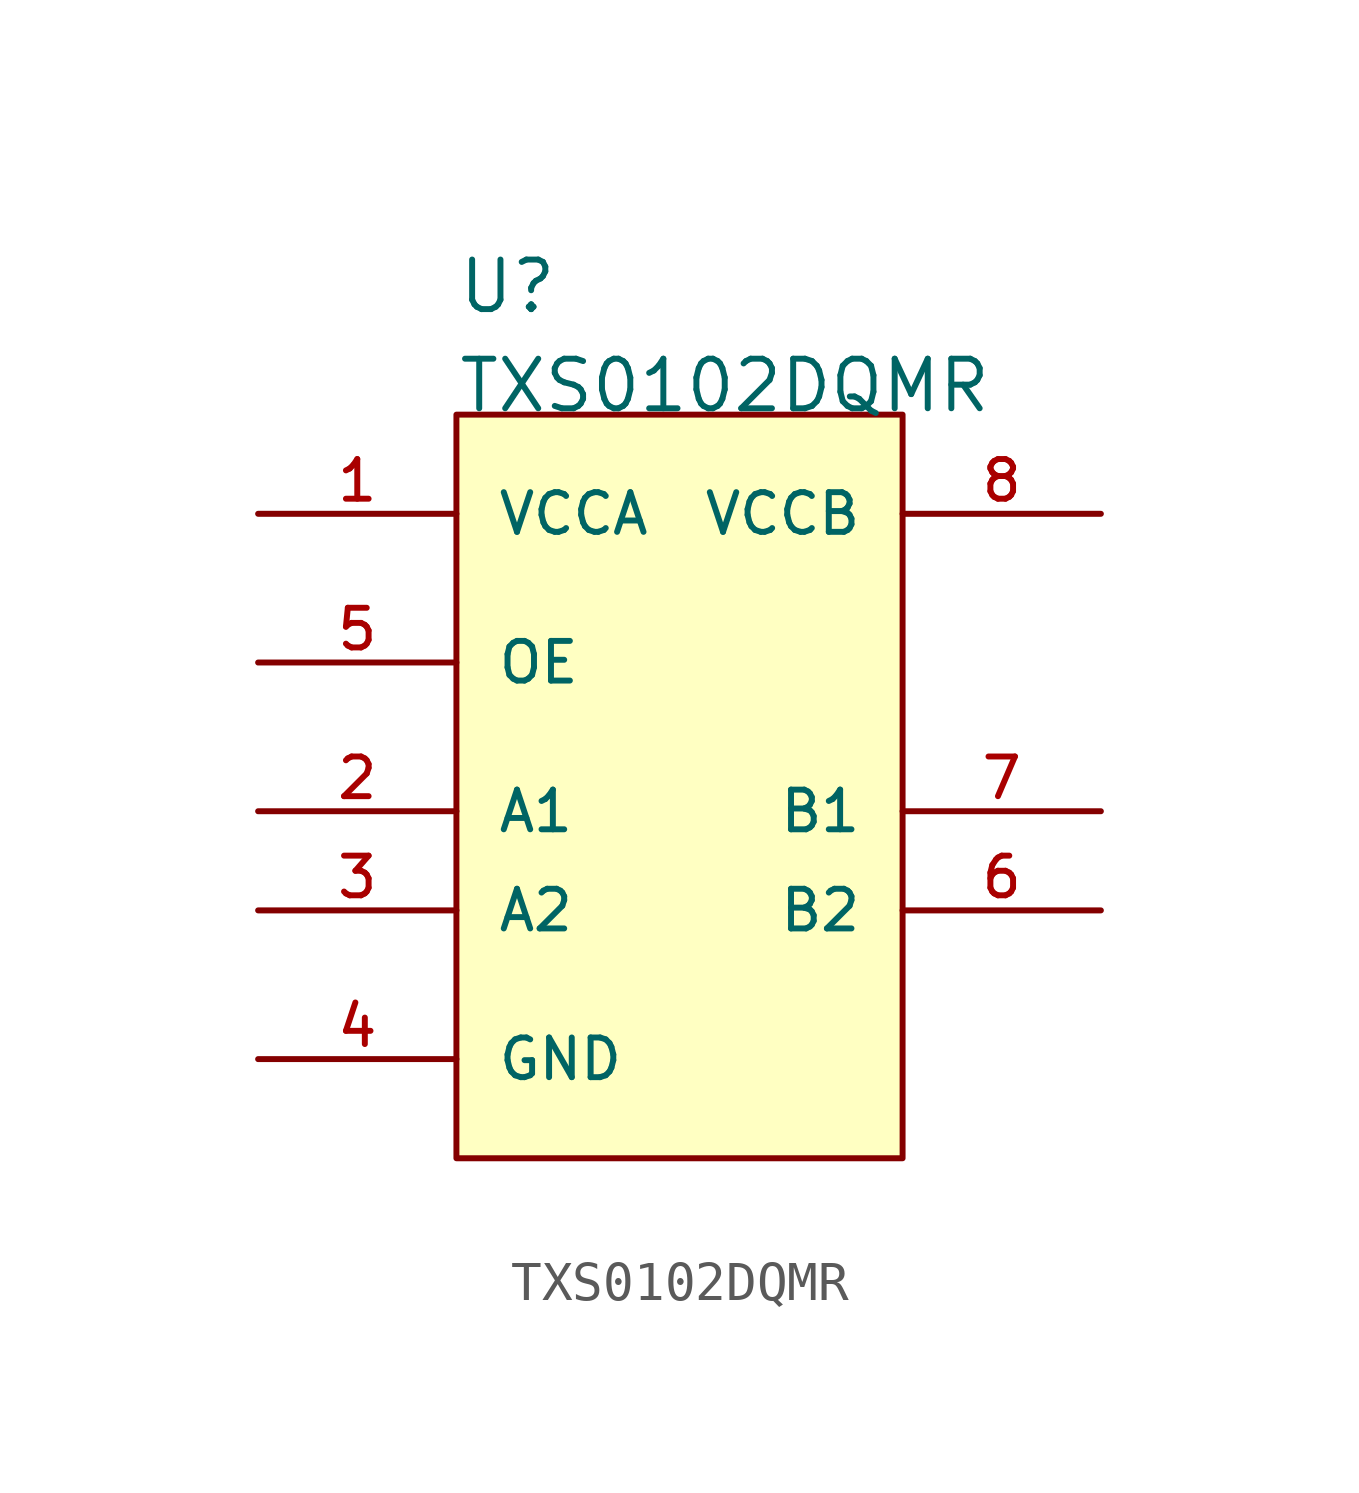
<source format=kicad_sym>
(kicad_symbol_lib
  (version 20231120)
  (generator "kicad_symbol_editor")
  (generator_version "8.0")
  (symbol "TXS0102DQMR"
    (pin_names
      (offset 1.016))
    (property "Reference" "U"
      (at -6.35 8.89 0)
      (effects (font (size 1.27 1.27)) (justify left bottom)))
    (property "Value" "TXS0102DQMR"
      (at -6.35 6.35 0)
      (effects (font (size 1.27 1.27)) (justify left bottom)))
    (symbol "TXS0102DQMR_0_0"
      (pin power_in line (at -11.43 3.81 0) (length 5.08) (name "VCCA" (effects (font (size 1.016 1.016)))) (number "1" (effects (font (size 1.016 1.016)))))
      (pin bidirectional line (at -11.43 -3.81 0) (length 5.08) (name "A1" (effects (font (size 1.016 1.016)))) (number "2" (effects (font (size 1.016 1.016)))))
      (pin bidirectional line (at -11.43 -6.35 0) (length 5.08) (name "A2" (effects (font (size 1.016 1.016)))) (number "3" (effects (font (size 1.016 1.016)))))
      (pin power_in line (at -11.43 -10.16 0) (length 5.08) (name "GND" (effects (font (size 1.016 1.016)))) (number "4" (effects (font (size 1.016 1.016)))))
      (pin input line (at -11.43 0 0) (length 5.08) (name "OE" (effects (font (size 1.016 1.016)))) (number "5" (effects (font (size 1.016 1.016)))))
      (pin bidirectional line (at 10.16 -6.35 180) (length 5.08) (name "B2" (effects (font (size 1.016 1.016)))) (number "6" (effects (font (size 1.016 1.016)))))
      (pin bidirectional line (at 10.16 -3.81 180) (length 5.08) (name "B1" (effects (font (size 1.016 1.016)))) (number "7" (effects (font (size 1.016 1.016)))))
      (pin power_in line (at 10.16 3.81 180) (length 5.08) (name "VCCB" (effects (font (size 1.016 1.016)))) (number "8" (effects (font (size 1.016 1.016))))))
    (symbol "TXS0102DQMR_1_1"
      (rectangle (start -6.35 6.35) (end 5.08 -12.7) (stroke (width 0) (type default)) (fill (type background))))))
</source>
